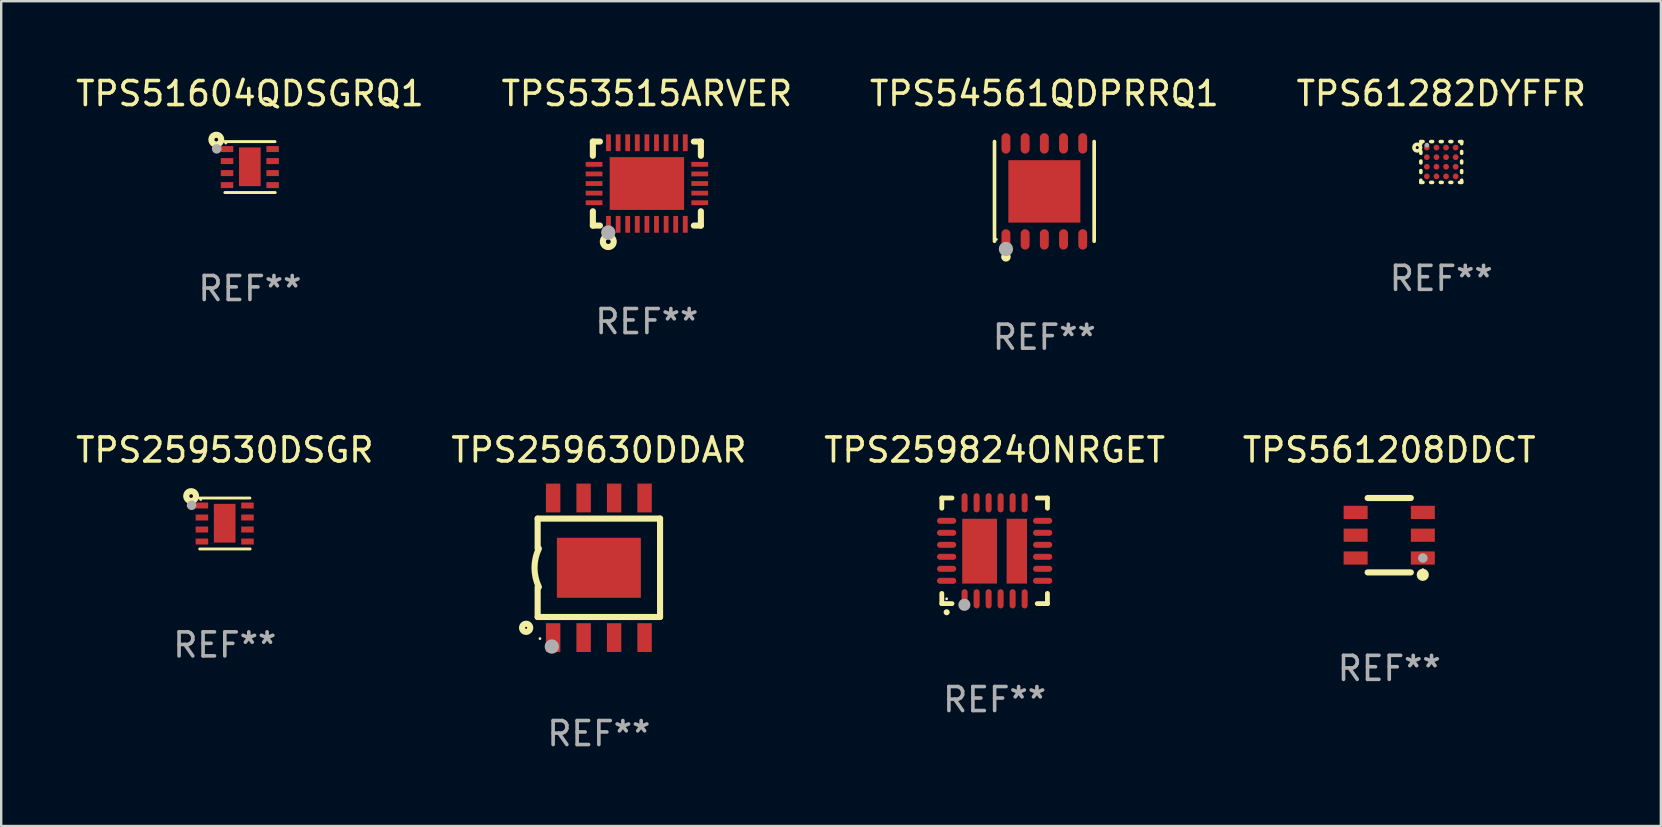
<source format=kicad_pcb>
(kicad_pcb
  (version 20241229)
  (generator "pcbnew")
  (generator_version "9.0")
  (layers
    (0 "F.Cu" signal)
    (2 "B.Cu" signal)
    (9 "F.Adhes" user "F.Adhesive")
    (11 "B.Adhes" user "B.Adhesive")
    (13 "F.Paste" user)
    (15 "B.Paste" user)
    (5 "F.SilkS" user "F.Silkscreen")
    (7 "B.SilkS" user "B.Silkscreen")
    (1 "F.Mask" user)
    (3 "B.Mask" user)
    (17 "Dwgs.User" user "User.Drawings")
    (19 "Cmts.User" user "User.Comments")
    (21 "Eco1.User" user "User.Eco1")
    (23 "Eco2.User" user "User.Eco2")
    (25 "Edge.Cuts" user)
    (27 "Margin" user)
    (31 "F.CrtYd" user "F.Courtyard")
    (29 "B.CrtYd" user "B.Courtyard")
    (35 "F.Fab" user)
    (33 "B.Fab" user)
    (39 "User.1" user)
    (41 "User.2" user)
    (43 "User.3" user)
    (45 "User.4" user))
  (footprint "TPS259824ONRGET"
    (layer "F.Cu")
    (at 38.387 19.897)
    (property "Reference" "TPS259824ONRGET" (at 0 -4.2 0) (layer "F.SilkS") (effects (font (size 1 1) (thickness 0.15))))
    (attr through_hole)
    (fp_line (start -2.2 -2.2) (end -2.2 -1.775) (stroke (width 0.2) (type solid)) (layer "F.SilkS"))
    (fp_line (start -2.2 2.2) (end -2.2 1.775) (stroke (width 0.2) (type solid)) (layer "F.SilkS"))
    (fp_line (start -1.775 -2.2) (end -2.2 -2.2) (stroke (width 0.2) (type solid)) (layer "F.SilkS"))
    (fp_line (start -1.775 2.2) (end -2.2 2.2) (stroke (width 0.2) (type solid)) (layer "F.SilkS"))
    (fp_line (start 2.2 -2.2) (end 1.775 -2.2) (stroke (width 0.2) (type solid)) (layer "F.SilkS"))
    (fp_line (start 2.2 -1.775) (end 2.2 -2.2) (stroke (width 0.2) (type solid)) (layer "F.SilkS"))
    (fp_line (start 2.2 1.775) (end 2.2 2.2) (stroke (width 0.2) (type solid)) (layer "F.SilkS"))
    (fp_line (start 2.2 2.2) (end 1.775 2.2) (stroke (width 0.2) (type solid)) (layer "F.SilkS"))
    (fp_arc (start -2.000025 2.559995) (mid -1.998755 2.559989) (end -1.997485 2.559995) (stroke (width 0.25) (type solid)) (layer "F.SilkS"))
    (fp_circle (center -2 2) (end -1.97 2) (stroke (width 0.06) (type solid)) (fill no) (layer "F.SilkS"))
    (fp_circle (center -1.26 2.25) (end -1.133 2.25) (stroke (width 0.254) (type solid)) (fill no) (layer "F.Fab"))
    (fp_text user "REF**" (at 0 6.2 0) (layer "F.Fab") (effects (font (size 1 1) (thickness 0.15))))
    (pad "1" smd oval (at -1.251 2) (size 0.25 0.8) (layers "F.Cu" "F.Mask" "F.Paste"))
    (pad "2" smd oval (at -0.75 2) (size 0.25 0.8) (layers "F.Cu" "F.Mask" "F.Paste"))
    (pad "3" smd oval (at -0.25 2) (size 0.25 0.8) (layers "F.Cu" "F.Mask" "F.Paste"))
    (pad "4" smd oval (at 0.25 2) (size 0.25 0.8) (layers "F.Cu" "F.Mask" "F.Paste"))
    (pad "5" smd oval (at 0.75 2) (size 0.25 0.8) (layers "F.Cu" "F.Mask" "F.Paste"))
    (pad "6" smd oval (at 1.251 2) (size 0.25 0.8) (layers "F.Cu" "F.Mask" "F.Paste"))
    (pad "7" smd oval (at 2 1.25) (size 0.8 0.25) (layers "F.Cu" "F.Mask" "F.Paste"))
    (pad "8" smd oval (at 2 0.75) (size 0.8 0.25) (layers "F.Cu" "F.Mask" "F.Paste"))
    (pad "9" smd oval (at 2 0.25) (size 0.8 0.25) (layers "F.Cu" "F.Mask" "F.Paste"))
    (pad "10" smd oval (at 2 -0.25) (size 0.8 0.25) (layers "F.Cu" "F.Mask" "F.Paste"))
    (pad "11" smd oval (at 2 -0.75) (size 0.8 0.25) (layers "F.Cu" "F.Mask" "F.Paste"))
    (pad "12" smd oval (at 2 -1.25) (size 0.8 0.25) (layers "F.Cu" "F.Mask" "F.Paste"))
    (pad "13" smd oval (at 1.251 -2) (size 0.25 0.8) (layers "F.Cu" "F.Mask" "F.Paste"))
    (pad "14" smd oval (at 0.75 -2) (size 0.25 0.8) (layers "F.Cu" "F.Mask" "F.Paste"))
    (pad "15" smd oval (at 0.25 -2) (size 0.25 0.8) (layers "F.Cu" "F.Mask" "F.Paste"))
    (pad "16" smd oval (at -0.25 -2) (size 0.25 0.8) (layers "F.Cu" "F.Mask" "F.Paste"))
    (pad "17" smd oval (at -0.75 -2) (size 0.25 0.8) (layers "F.Cu" "F.Mask" "F.Paste"))
    (pad "18" smd oval (at -1.251 -2) (size 0.25 0.8) (layers "F.Cu" "F.Mask" "F.Paste"))
    (pad "19" smd oval (at -2 -1.25) (size 0.8 0.25) (layers "F.Cu" "F.Mask" "F.Paste"))
    (pad "20" smd oval (at -2 -0.75) (size 0.8 0.25) (layers "F.Cu" "F.Mask" "F.Paste"))
    (pad "21" smd oval (at -2 -0.25) (size 0.8 0.25) (layers "F.Cu" "F.Mask" "F.Paste"))
    (pad "22" smd oval (at -2 0.25) (size 0.8 0.25) (layers "F.Cu" "F.Mask" "F.Paste"))
    (pad "23" smd oval (at -2 0.75) (size 0.8 0.25) (layers "F.Cu" "F.Mask" "F.Paste"))
    (pad "24" smd oval (at -2 1.25) (size 0.8 0.25) (layers "F.Cu" "F.Mask" "F.Paste"))
    (pad "25" smd rect (at -0.625 0.015) (size 1.45 2.7) (layers "F.Cu" "F.Mask" "F.Paste"))
    (pad "26" smd rect (at 0.925 0.015) (size 0.85 2.7) (layers "F.Cu" "F.Mask" "F.Paste")))
  (footprint "TPS54561QDPRRQ1"
    (layer "F.Cu")
    (at 40.458 4.924)
    (property "Reference" "TPS54561QDPRRQ1" (at 0 -4.076 0) (layer "F.SilkS") (effects (font (size 1 1) (thickness 0.15))))
    (attr through_hole)
    (fp_line (start -2.076 2.076) (end -2.076 -2.076) (stroke (width 0.152) (type solid)) (layer "F.SilkS"))
    (fp_line (start 2.076 -2.076) (end 2.076 2.076) (stroke (width 0.152) (type solid)) (layer "F.SilkS"))
    (fp_circle (center -2 2) (end -1.97 2) (stroke (width 0.06) (type solid)) (fill no) (layer "F.SilkS"))
    (fp_circle (center -1.6 2.725) (end -1.5 2.725) (stroke (width 0.2) (type solid)) (fill no) (layer "F.SilkS"))
    (fp_circle (center -1.6 2.4) (end -1.45 2.4) (stroke (width 0.3) (type solid)) (fill no) (layer "F.Fab"))
    (fp_text user "REF**" (at 0 6.076 0) (layer "F.Fab") (effects (font (size 1 1) (thickness 0.15))))
    (pad "1" smd oval (at -1.6 2) (size 0.371 0.85) (layers "F.Cu" "F.Mask" "F.Paste"))
    (pad "2" smd oval (at -0.8 2) (size 0.371 0.85) (layers "F.Cu" "F.Mask" "F.Paste"))
    (pad "3" smd oval (at 0 2) (size 0.371 0.85) (layers "F.Cu" "F.Mask" "F.Paste"))
    (pad "4" smd oval (at 0.8 2) (size 0.371 0.85) (layers "F.Cu" "F.Mask" "F.Paste"))
    (pad "5" smd oval (at 1.6 2) (size 0.371 0.85) (layers "F.Cu" "F.Mask" "F.Paste"))
    (pad "6" smd oval (at 1.6 -2) (size 0.371 0.85) (layers "F.Cu" "F.Mask" "F.Paste"))
    (pad "7" smd oval (at 0.8 -2) (size 0.371 0.85) (layers "F.Cu" "F.Mask" "F.Paste"))
    (pad "8" smd oval (at 0 -2) (size 0.371 0.85) (layers "F.Cu" "F.Mask" "F.Paste"))
    (pad "9" smd oval (at -0.8 -2) (size 0.371 0.85) (layers "F.Cu" "F.Mask" "F.Paste"))
    (pad "10" smd oval (at -1.6 -2) (size 0.371 0.85) (layers "F.Cu" "F.Mask" "F.Paste"))
    (pad "11" smd rect (at 0 0) (size 3 2.6) (layers "F.Cu" "F.Mask" "F.Paste")))
  (footprint "TPS53515ARVER"
    (layer "F.Cu")
    (at 23.899 4.598)
    (property "Reference" "TPS53515ARVER" (at 0 -3.75 0) (layer "F.SilkS") (effects (font (size 1 1) (thickness 0.15))))
    (attr through_hole)
    (fp_line (start -2.25 -1.75) (end -1.955 -1.75) (stroke (width 0.254) (type solid)) (layer "F.SilkS"))
    (fp_line (start -2.25 -1.158) (end -2.25 -1.75) (stroke (width 0.254) (type solid)) (layer "F.SilkS"))
    (fp_line (start -2.25 1.75) (end -2.25 1.154) (stroke (width 0.254) (type solid)) (layer "F.SilkS"))
    (fp_line (start -1.955 1.75) (end -2.25 1.75) (stroke (width 0.254) (type solid)) (layer "F.SilkS"))
    (fp_line (start 1.958 -1.75) (end 2.25 -1.75) (stroke (width 0.254) (type solid)) (layer "F.SilkS"))
    (fp_line (start 2.25 -1.158) (end 2.25 -1.75) (stroke (width 0.254) (type solid)) (layer "F.SilkS"))
    (fp_line (start 2.25 1.75) (end 1.958 1.75) (stroke (width 0.254) (type solid)) (layer "F.SilkS"))
    (fp_line (start 2.25 1.75) (end 2.25 1.154) (stroke (width 0.254) (type solid)) (layer "F.SilkS"))
    (fp_circle (center -2.249 1.748) (end -2.219 1.748) (stroke (width 0.06) (type solid)) (fill no) (layer "F.SilkS"))
    (fp_circle (center -1.608 2.418) (end -1.508 2.418) (stroke (width 0.254) (type solid)) (fill no) (layer "F.SilkS"))
    (fp_circle (center -1.608 2.038) (end -1.458 2.038) (stroke (width 0.3) (type solid)) (fill no) (layer "F.Fab"))
    (fp_text user "REF**" (at 0 5.75 0) (layer "F.Fab") (effects (font (size 1 1) (thickness 0.15))))
    (pad "1" smd rect (at -1.599 1.698) (size 0.2 0.7) (layers "F.Cu" "F.Mask" "F.Paste"))
    (pad "2" smd rect (at -1.198 1.698) (size 0.2 0.7) (layers "F.Cu" "F.Mask" "F.Paste"))
    (pad "3" smd rect (at -0.799 1.698) (size 0.2 0.7) (layers "F.Cu" "F.Mask" "F.Paste"))
    (pad "4" smd rect (at -0.399 1.698) (size 0.2 0.7) (layers "F.Cu" "F.Mask" "F.Paste"))
    (pad "5" smd rect (at 0.001 1.698) (size 0.2 0.7) (layers "F.Cu" "F.Mask" "F.Paste"))
    (pad "6" smd rect (at 0.401 1.698) (size 0.2 0.7) (layers "F.Cu" "F.Mask" "F.Paste"))
    (pad "7" smd rect (at 0.802 1.698) (size 0.2 0.7) (layers "F.Cu" "F.Mask" "F.Paste"))
    (pad "8" smd rect (at 1.201 1.698) (size 0.2 0.7) (layers "F.Cu" "F.Mask" "F.Paste"))
    (pad "9" smd rect (at 1.601 1.698) (size 0.2 0.7) (layers "F.Cu" "F.Mask" "F.Paste"))
    (pad "10" smd rect (at 2.202 0.798) (size 0.7 0.2) (layers "F.Cu" "F.Mask" "F.Paste"))
    (pad "11" smd rect (at 2.202 0.398) (size 0.7 0.2) (layers "F.Cu" "F.Mask" "F.Paste"))
    (pad "12" smd rect (at 2.202 -0.002) (size 0.7 0.2) (layers "F.Cu" "F.Mask" "F.Paste"))
    (pad "13" smd rect (at 2.202 -0.402) (size 0.7 0.2) (layers "F.Cu" "F.Mask" "F.Paste"))
    (pad "14" smd rect (at 2.202 -0.802) (size 0.7 0.2) (layers "F.Cu" "F.Mask" "F.Paste"))
    (pad "15" smd rect (at 1.601 -1.702) (size 0.2 0.7) (layers "F.Cu" "F.Mask" "F.Paste"))
    (pad "16" smd rect (at 1.201 -1.702) (size 0.2 0.7) (layers "F.Cu" "F.Mask" "F.Paste"))
    (pad "17" smd rect (at 0.802 -1.702) (size 0.2 0.7) (layers "F.Cu" "F.Mask" "F.Paste"))
    (pad "18" smd rect (at 0.401 -1.702) (size 0.2 0.7) (layers "F.Cu" "F.Mask" "F.Paste"))
    (pad "19" smd rect (at 0.001 -1.702) (size 0.2 0.7) (layers "F.Cu" "F.Mask" "F.Paste"))
    (pad "20" smd rect (at -0.399 -1.702) (size 0.2 0.7) (layers "F.Cu" "F.Mask" "F.Paste"))
    (pad "21" smd rect (at -0.799 -1.702) (size 0.2 0.7) (layers "F.Cu" "F.Mask" "F.Paste"))
    (pad "22" smd rect (at -1.198 -1.702) (size 0.2 0.7) (layers "F.Cu" "F.Mask" "F.Paste"))
    (pad "23" smd rect (at -1.599 -1.702) (size 0.2 0.7) (layers "F.Cu" "F.Mask" "F.Paste"))
    (pad "24" smd rect (at -2.199 -0.802) (size 0.7 0.2) (layers "F.Cu" "F.Mask" "F.Paste"))
    (pad "25" smd rect (at -2.199 -0.402) (size 0.7 0.2) (layers "F.Cu" "F.Mask" "F.Paste"))
    (pad "26" smd rect (at -2.199 -0.002) (size 0.7 0.2) (layers "F.Cu" "F.Mask" "F.Paste"))
    (pad "27" smd rect (at -2.199 0.398) (size 0.7 0.2) (layers "F.Cu" "F.Mask" "F.Paste"))
    (pad "28" smd rect (at -2.199 0.798) (size 0.7 0.2) (layers "F.Cu" "F.Mask" "F.Paste"))
    (pad "29" smd rect (at 0.001 -0.002) (size 3.1 2.2) (layers "F.Cu" "F.Mask" "F.Paste")))
  (footprint "TPS51604QDSGRQ1"
    (layer "F.Cu")
    (at 7.363 3.91)
    (property "Reference" "TPS51604QDSGRQ1" (at 0 -3.061 0) (layer "F.SilkS") (effects (font (size 1 1) (thickness 0.15))))
    (attr through_hole)
    (fp_line (start -1.045 1.061) (end 1.055 1.061) (stroke (width 0.12) (type solid)) (layer "F.SilkS"))
    (fp_line (start 1.046 -1.061) (end -1.055 -1.061) (stroke (width 0.12) (type solid)) (layer "F.SilkS"))
    (fp_circle (center -1.402 -1.142) (end -1.325 -1.142) (stroke (width 0.254) (type solid)) (fill no) (layer "F.SilkS"))
    (fp_circle (center -1.005 -0.999) (end -0.975 -0.999) (stroke (width 0.06) (type solid)) (fill no) (layer "F.SilkS"))
    (fp_circle (center -1.384 -0.759) (end -1.284 -0.759) (stroke (width 0.2) (type solid)) (fill no) (layer "F.Fab"))
    (fp_text user "REF**" (at 0 5.061 0) (layer "F.Fab") (effects (font (size 1 1) (thickness 0.15))))
    (pad "1" smd rect (at -0.954 -0.749) (size 0.521 0.25) (layers "F.Cu" "F.Mask" "F.Paste"))
    (pad "2" smd rect (at -0.954 -0.249) (size 0.521 0.25) (layers "F.Cu" "F.Mask" "F.Paste"))
    (pad "3" smd rect (at -0.954 0.251) (size 0.521 0.25) (layers "F.Cu" "F.Mask" "F.Paste"))
    (pad "4" smd rect (at -0.954 0.751) (size 0.521 0.25) (layers "F.Cu" "F.Mask" "F.Paste"))
    (pad "5" smd rect (at 0.945 0.751) (size 0.521 0.25) (layers "F.Cu" "F.Mask" "F.Paste"))
    (pad "6" smd rect (at 0.945 0.251) (size 0.521 0.25) (layers "F.Cu" "F.Mask" "F.Paste"))
    (pad "7" smd rect (at 0.945 -0.249) (size 0.521 0.25) (layers "F.Cu" "F.Mask" "F.Paste"))
    (pad "8" smd rect (at 0.945 -0.749) (size 0.521 0.25) (layers "F.Cu" "F.Mask" "F.Paste"))
    (pad "9" smd rect (at -0.005 -0.011) (size 0.902 1.613) (layers "F.Cu" "F.Mask" "F.Paste")))
  (footprint "TPS61282DYFFR"
    (layer "F.Cu")
    (at 56.994 3.698)
    (property "Reference" "TPS61282DYFFR" (at 0 -2.85 0) (layer "F.SilkS") (effects (font (size 1 1) (thickness 0.15))))
    (attr through_hole)
    (fp_line (start -0.85 -0.85) (end -0.85 -0.762) (stroke (width 0.15) (type solid)) (layer "F.SilkS"))
    (fp_line (start -0.85 -0.438) (end -0.85 -0.362) (stroke (width 0.15) (type solid)) (layer "F.SilkS"))
    (fp_line (start -0.85 -0.038) (end -0.85 0.038) (stroke (width 0.15) (type solid)) (layer "F.SilkS"))
    (fp_line (start -0.85 0.362) (end -0.85 0.438) (stroke (width 0.15) (type solid)) (layer "F.SilkS"))
    (fp_line (start -0.85 0.762) (end -0.85 0.85) (stroke (width 0.15) (type solid)) (layer "F.SilkS"))
    (fp_line (start -0.85 0.85) (end -0.762 0.85) (stroke (width 0.15) (type solid)) (layer "F.SilkS"))
    (fp_line (start -0.762 -0.85) (end -0.85 -0.85) (stroke (width 0.15) (type solid)) (layer "F.SilkS"))
    (fp_line (start -0.438 0.85) (end -0.362 0.85) (stroke (width 0.15) (type solid)) (layer "F.SilkS"))
    (fp_line (start -0.362 -0.85) (end -0.438 -0.85) (stroke (width 0.15) (type solid)) (layer "F.SilkS"))
    (fp_line (start -0.038 0.85) (end 0.038 0.85) (stroke (width 0.15) (type solid)) (layer "F.SilkS"))
    (fp_line (start 0.038 -0.85) (end -0.038 -0.85) (stroke (width 0.15) (type solid)) (layer "F.SilkS"))
    (fp_line (start 0.362 0.85) (end 0.438 0.85) (stroke (width 0.15) (type solid)) (layer "F.SilkS"))
    (fp_line (start 0.438 -0.85) (end 0.362 -0.85) (stroke (width 0.15) (type solid)) (layer "F.SilkS"))
    (fp_line (start 0.762 0.85) (end 0.85 0.85) (stroke (width 0.15) (type solid)) (layer "F.SilkS"))
    (fp_line (start 0.85 -0.85) (end 0.762 -0.85) (stroke (width 0.15) (type solid)) (layer "F.SilkS"))
    (fp_line (start 0.85 -0.762) (end 0.85 -0.85) (stroke (width 0.15) (type solid)) (layer "F.SilkS"))
    (fp_line (start 0.85 -0.362) (end 0.85 -0.438) (stroke (width 0.15) (type solid)) (layer "F.SilkS"))
    (fp_line (start 0.85 0.038) (end 0.85 -0.038) (stroke (width 0.15) (type solid)) (layer "F.SilkS"))
    (fp_line (start 0.85 0.438) (end 0.85 0.362) (stroke (width 0.15) (type solid)) (layer "F.SilkS"))
    (fp_line (start 0.85 0.85) (end 0.85 0.762) (stroke (width 0.15) (type solid)) (layer "F.SilkS"))
    (fp_circle (center -1 -0.6) (end -0.936 -0.6) (stroke (width 0.15) (type solid)) (fill no) (layer "F.SilkS"))
    (fp_circle (center -0.83 -0.83) (end -0.8 -0.83) (stroke (width 0.06) (type solid)) (fill no) (layer "F.SilkS"))
    (fp_circle (center -0.6 -0.7) (end -0.55 -0.7) (stroke (width 0.1) (type solid)) (fill no) (layer "F.Fab"))
    (fp_text user "REF**" (at 0 4.85 0) (layer "F.Fab") (effects (font (size 1 1) (thickness 0.15))))
    (pad "A1" smd circle (at -0.6 -0.6) (size 0.24 0.24) (layers "F.Cu" "F.Mask" "F.Paste"))
    (pad "A2" smd circle (at -0.2 -0.6) (size 0.24 0.24) (layers "F.Cu" "F.Mask" "F.Paste"))
    (pad "A3" smd circle (at 0.2 -0.6) (size 0.24 0.24) (layers "F.Cu" "F.Mask" "F.Paste"))
    (pad "A4" smd circle (at 0.6 -0.6) (size 0.24 0.24) (layers "F.Cu" "F.Mask" "F.Paste"))
    (pad "B1" smd circle (at -0.6 -0.2) (size 0.24 0.24) (layers "F.Cu" "F.Mask" "F.Paste"))
    (pad "B2" smd circle (at -0.2 -0.2) (size 0.24 0.24) (layers "F.Cu" "F.Mask" "F.Paste"))
    (pad "B3" smd circle (at 0.2 -0.2) (size 0.24 0.24) (layers "F.Cu" "F.Mask" "F.Paste"))
    (pad "B4" smd circle (at 0.6 -0.2) (size 0.24 0.24) (layers "F.Cu" "F.Mask" "F.Paste"))
    (pad "C1" smd circle (at -0.6 0.2) (size 0.24 0.24) (layers "F.Cu" "F.Mask" "F.Paste"))
    (pad "C2" smd circle (at -0.2 0.2) (size 0.24 0.24) (layers "F.Cu" "F.Mask" "F.Paste"))
    (pad "C3" smd circle (at 0.2 0.2) (size 0.24 0.24) (layers "F.Cu" "F.Mask" "F.Paste"))
    (pad "C4" smd circle (at 0.6 0.2) (size 0.24 0.24) (layers "F.Cu" "F.Mask" "F.Paste"))
    (pad "D1" smd circle (at -0.6 0.6) (size 0.24 0.24) (layers "F.Cu" "F.Mask" "F.Paste"))
    (pad "D2" smd circle (at -0.2 0.6) (size 0.24 0.24) (layers "F.Cu" "F.Mask" "F.Paste"))
    (pad "D3" smd circle (at 0.2 0.6) (size 0.24 0.24) (layers "F.Cu" "F.Mask" "F.Paste"))
    (pad "D4" smd circle (at 0.6 0.6) (size 0.24 0.24) (layers "F.Cu" "F.Mask" "F.Paste")))
  (footprint "TPS259630DDAR"
    (layer "F.Cu")
    (at 21.899 20.605)
    (property "Reference" "TPS259630DDAR" (at 0 -4.908 0) (layer "F.SilkS") (effects (font (size 1 1) (thickness 0.15))))
    (attr through_hole)
    (fp_line (start -2.55 -2.05) (end 2.55 -2.05) (stroke (width 0.254) (type solid)) (layer "F.SilkS"))
    (fp_line (start -2.55 -0.8) (end -2.55 -2.05) (stroke (width 0.254) (type solid)) (layer "F.SilkS"))
    (fp_line (start -2.55 0.8) (end -2.55 2.05) (stroke (width 0.254) (type solid)) (layer "F.SilkS"))
    (fp_line (start 2.55 -2.05) (end 2.55 2.05) (stroke (width 0.254) (type solid)) (layer "F.SilkS"))
    (fp_line (start 2.55 2.05) (end -2.55 2.05) (stroke (width 0.254) (type solid)) (layer "F.SilkS"))
    (fp_arc (start -2.499873 0.800102) (mid -2.680296 0) (end -2.499873 -0.800102) (stroke (width 0.254001) (type solid)) (layer "F.SilkS"))
    (fp_circle (center -3.03 2.5) (end -2.86 2.5) (stroke (width 0.254) (type solid)) (fill no) (layer "F.SilkS"))
    (fp_circle (center -2.454 2.95) (end -2.424 2.95) (stroke (width 0.06) (type solid)) (fill no) (layer "F.SilkS"))
    (fp_circle (center -1.96 3.28) (end -1.81 3.28) (stroke (width 0.3) (type solid)) (fill no) (layer "F.Fab"))
    (fp_text user "REF**" (at 0 6.908 0) (layer "F.Fab") (effects (font (size 1 1) (thickness 0.15))))
    (pad "1" smd rect (at -1.905 2.908) (size 0.6 1.2) (layers "F.Cu" "F.Mask" "F.Paste"))
    (pad "2" smd rect (at -0.635 2.908) (size 0.6 1.2) (layers "F.Cu" "F.Mask" "F.Paste"))
    (pad "3" smd rect (at 0.635 2.908) (size 0.6 1.2) (layers "F.Cu" "F.Mask" "F.Paste"))
    (pad "4" smd rect (at 1.905 2.908) (size 0.6 1.2) (layers "F.Cu" "F.Mask" "F.Paste"))
    (pad "5" smd rect (at 1.905 -2.908) (size 0.6 1.2) (layers "F.Cu" "F.Mask" "F.Paste"))
    (pad "6" smd rect (at 0.635 -2.908) (size 0.6 1.2) (layers "F.Cu" "F.Mask" "F.Paste"))
    (pad "7" smd rect (at -0.635 -2.908) (size 0.6 1.2) (layers "F.Cu" "F.Mask" "F.Paste"))
    (pad "8" smd rect (at -1.905 -2.908) (size 0.6 1.2) (layers "F.Cu" "F.Mask" "F.Paste"))
    (pad "9" smd rect (at 0 0 180) (size 3.5 2.5) (layers "F.Cu" "F.Mask" "F.Paste")))
  (footprint "TPS259530DSGR"
    (layer "F.Cu")
    (at 6.315 18.759)
    (property "Reference" "TPS259530DSGR" (at 0 -3.061 0) (layer "F.SilkS") (effects (font (size 1 1) (thickness 0.15))))
    (attr through_hole)
    (fp_line (start -1.045 1.061) (end 1.055 1.061) (stroke (width 0.12) (type solid)) (layer "F.SilkS"))
    (fp_line (start 1.046 -1.061) (end -1.055 -1.061) (stroke (width 0.12) (type solid)) (layer "F.SilkS"))
    (fp_circle (center -1.402 -1.142) (end -1.325 -1.142) (stroke (width 0.254) (type solid)) (fill no) (layer "F.SilkS"))
    (fp_circle (center -1.005 -0.999) (end -0.975 -0.999) (stroke (width 0.06) (type solid)) (fill no) (layer "F.SilkS"))
    (fp_circle (center -1.384 -0.759) (end -1.284 -0.759) (stroke (width 0.2) (type solid)) (fill no) (layer "F.Fab"))
    (fp_text user "REF**" (at 0 5.061 0) (layer "F.Fab") (effects (font (size 1 1) (thickness 0.15))))
    (pad "1" smd rect (at -0.954 -0.749) (size 0.521 0.25) (layers "F.Cu" "F.Mask" "F.Paste"))
    (pad "2" smd rect (at -0.954 -0.249) (size 0.521 0.25) (layers "F.Cu" "F.Mask" "F.Paste"))
    (pad "3" smd rect (at -0.954 0.251) (size 0.521 0.25) (layers "F.Cu" "F.Mask" "F.Paste"))
    (pad "4" smd rect (at -0.954 0.751) (size 0.521 0.25) (layers "F.Cu" "F.Mask" "F.Paste"))
    (pad "5" smd rect (at 0.945 0.751) (size 0.521 0.25) (layers "F.Cu" "F.Mask" "F.Paste"))
    (pad "6" smd rect (at 0.945 0.251) (size 0.521 0.25) (layers "F.Cu" "F.Mask" "F.Paste"))
    (pad "7" smd rect (at 0.945 -0.249) (size 0.521 0.25) (layers "F.Cu" "F.Mask" "F.Paste"))
    (pad "8" smd rect (at 0.945 -0.749) (size 0.521 0.25) (layers "F.Cu" "F.Mask" "F.Paste"))
    (pad "9" smd rect (at -0.005 -0.011) (size 0.902 1.613) (layers "F.Cu" "F.Mask" "F.Paste")))
  (footprint "TPS561208DDCT"
    (layer "F.Cu")
    (at 54.827 19.247)
    (property "Reference" "TPS561208DDCT" (at 0 -3.55 0) (layer "F.SilkS") (effects (font (size 1 1) (thickness 0.15))))
    (attr through_hole)
    (fp_line (start -0.9 -1.55) (end 0.9 -1.55) (stroke (width 0.254) (type solid)) (layer "F.SilkS"))
    (fp_line (start -0.9 1.55) (end 0.9 1.55) (stroke (width 0.254) (type solid)) (layer "F.SilkS"))
    (fp_circle (center 1.397 1.651) (end 1.524 1.651) (stroke (width 0.254) (type solid)) (fill no) (layer "F.SilkS"))
    (fp_circle (center 1.4 1.435) (end 1.43 1.435) (stroke (width 0.06) (type solid)) (fill no) (layer "F.SilkS"))
    (fp_circle (center 1.4 0.95) (end 1.5 0.95) (stroke (width 0.2) (type solid)) (fill no) (layer "F.Fab"))
    (fp_text user "REF**" (at 0 5.55 0) (layer "F.Fab") (effects (font (size 1 1) (thickness 0.15))))
    (pad "1" smd rect (at 1.4 0.95) (size 1 0.55) (layers "F.Cu" "F.Mask" "F.Paste"))
    (pad "2" smd rect (at 1.4 -0.000102) (size 1 0.55) (layers "F.Cu" "F.Mask" "F.Paste"))
    (pad "3" smd rect (at 1.4 -0.95) (size 1 0.55) (layers "F.Cu" "F.Mask" "F.Paste"))
    (pad "4" smd rect (at -1.4 -0.95) (size 1 0.55) (layers "F.Cu" "F.Mask" "F.Paste"))
    (pad "5" smd rect (at -1.4 -0.000102) (size 1 0.55) (layers "F.Cu" "F.Mask" "F.Paste"))
    (pad "6" smd rect (at -1.4 0.95) (size 1 0.55) (layers "F.Cu" "F.Mask" "F.Paste")))
  (gr_rect
    (start -3 -3)
    (end 66.143 31.362)
    (stroke (width 0.1) (type default))
    (fill no)
    (layer "Edge.Cuts")))
</source>
